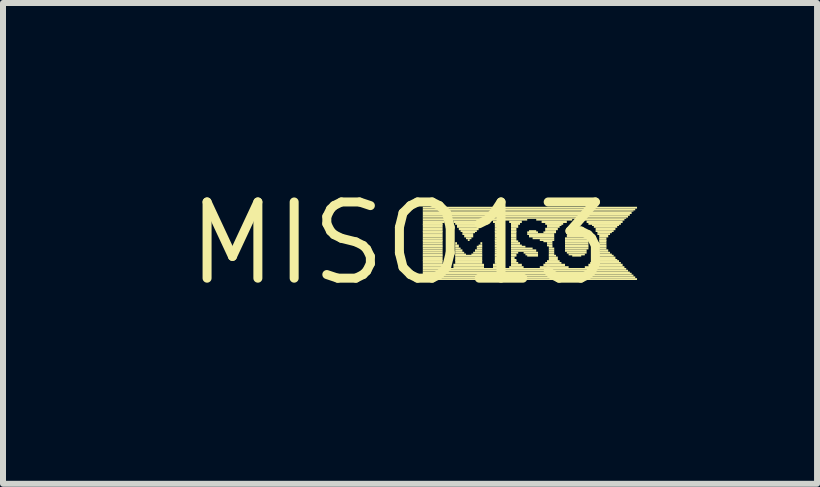
<source format=kicad_pcb>
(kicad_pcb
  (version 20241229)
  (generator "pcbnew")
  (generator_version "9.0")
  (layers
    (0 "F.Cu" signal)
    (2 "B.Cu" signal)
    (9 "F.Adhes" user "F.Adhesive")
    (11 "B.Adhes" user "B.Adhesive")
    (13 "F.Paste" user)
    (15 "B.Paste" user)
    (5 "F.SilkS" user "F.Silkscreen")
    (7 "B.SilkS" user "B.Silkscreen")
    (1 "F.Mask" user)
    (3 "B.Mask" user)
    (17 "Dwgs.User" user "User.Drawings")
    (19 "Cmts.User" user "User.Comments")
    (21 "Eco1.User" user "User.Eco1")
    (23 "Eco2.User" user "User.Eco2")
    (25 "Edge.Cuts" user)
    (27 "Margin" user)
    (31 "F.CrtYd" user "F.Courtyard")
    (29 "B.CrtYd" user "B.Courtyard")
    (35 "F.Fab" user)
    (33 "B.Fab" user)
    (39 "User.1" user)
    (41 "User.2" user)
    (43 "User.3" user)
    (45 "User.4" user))
  (footprint "MISO13"
    (layer "F.Cu")
    (at 3.606 1.006)
    (property "Reference" "MISO13" (at 0 0 0) (layer "F.SilkS") (effects (font (size 1.27 1.27) (thickness 0.15))))
    (fp_poly (pts (xy 0.39 -0.58) (xy 3.96 -0.58) (xy 3.96 -0.61) (xy 0.39 -0.61)) (stroke (width 0) (type default)) (fill yes) (layer "F.SilkS"))
    (fp_poly (pts (xy 0.39 -0.55) (xy 3.93 -0.55) (xy 3.93 -0.58) (xy 0.39 -0.58)) (stroke (width 0) (type default)) (fill yes) (layer "F.SilkS"))
    (fp_poly (pts (xy 0.39 -0.53) (xy 3.9 -0.53) (xy 3.9 -0.55) (xy 0.39 -0.55)) (stroke (width 0) (type default)) (fill yes) (layer "F.SilkS"))
    (fp_poly (pts (xy 0.39 -0.49) (xy 3.87 -0.49) (xy 3.87 -0.53) (xy 0.39 -0.53)) (stroke (width 0) (type default)) (fill yes) (layer "F.SilkS"))
    (fp_poly (pts (xy 0.39 -0.46) (xy 3.84 -0.46) (xy 3.84 -0.49) (xy 0.39 -0.49)) (stroke (width 0) (type default)) (fill yes) (layer "F.SilkS"))
    (fp_poly (pts (xy 0.39 -0.43) (xy 3.81 -0.43) (xy 3.81 -0.46) (xy 0.39 -0.46)) (stroke (width 0) (type default)) (fill yes) (layer "F.SilkS"))
    (fp_poly (pts (xy 0.39 -0.41) (xy 3.78 -0.41) (xy 3.78 -0.43) (xy 0.39 -0.43)) (stroke (width 0) (type default)) (fill yes) (layer "F.SilkS"))
    (fp_poly (pts (xy 0.39 -0.38) (xy 2.13 -0.38) (xy 2.13 -0.41) (xy 0.39 -0.41)) (stroke (width 0) (type default)) (fill yes) (layer "F.SilkS"))
    (fp_poly (pts (xy 0.39 -0.34) (xy 0.75 -0.34) (xy 0.75 -0.38) (xy 0.39 -0.38)) (stroke (width 0) (type default)) (fill yes) (layer "F.SilkS"))
    (fp_poly (pts (xy 0.39 -0.31) (xy 0.72 -0.31) (xy 0.72 -0.34) (xy 0.39 -0.34)) (stroke (width 0) (type default)) (fill yes) (layer "F.SilkS"))
    (fp_poly (pts (xy 0.39 -0.29) (xy 0.72 -0.29) (xy 0.72 -0.32) (xy 0.39 -0.32)) (stroke (width 0) (type default)) (fill yes) (layer "F.SilkS"))
    (fp_poly (pts (xy 0.39 -0.26) (xy 0.72 -0.26) (xy 0.72 -0.29) (xy 0.39 -0.29)) (stroke (width 0) (type default)) (fill yes) (layer "F.SilkS"))
    (fp_poly (pts (xy 0.39 -0.22) (xy 0.72 -0.22) (xy 0.72 -0.26) (xy 0.39 -0.26)) (stroke (width 0) (type default)) (fill yes) (layer "F.SilkS"))
    (fp_poly (pts (xy 0.39 -0.19) (xy 0.72 -0.19) (xy 0.72 -0.22) (xy 0.39 -0.22)) (stroke (width 0) (type default)) (fill yes) (layer "F.SilkS"))
    (fp_poly (pts (xy 0.39 -0.17) (xy 0.72 -0.17) (xy 0.72 -0.2) (xy 0.39 -0.2)) (stroke (width 0) (type default)) (fill yes) (layer "F.SilkS"))
    (fp_poly (pts (xy 0.39 -0.14) (xy 0.72 -0.14) (xy 0.72 -0.17) (xy 0.39 -0.17)) (stroke (width 0) (type default)) (fill yes) (layer "F.SilkS"))
    (fp_poly (pts (xy 0.39 -0.1) (xy 0.72 -0.1) (xy 0.72 -0.14) (xy 0.39 -0.14)) (stroke (width 0) (type default)) (fill yes) (layer "F.SilkS"))
    (fp_poly (pts (xy 0.39 -0.07) (xy 0.72 -0.07) (xy 0.72 -0.1) (xy 0.39 -0.1)) (stroke (width 0) (type default)) (fill yes) (layer "F.SilkS"))
    (fp_poly (pts (xy 0.39 -0.04) (xy 0.72 -0.04) (xy 0.72 -0.07) (xy 0.39 -0.07)) (stroke (width 0) (type default)) (fill yes) (layer "F.SilkS"))
    (fp_poly (pts (xy 0.39 -0.02) (xy 0.72 -0.02) (xy 0.72 -0.05) (xy 0.39 -0.05)) (stroke (width 0) (type default)) (fill yes) (layer "F.SilkS"))
    (fp_poly (pts (xy 0.39 0.02) (xy 0.72 0.02) (xy 0.72 -0.02) (xy 0.39 -0.02)) (stroke (width 0) (type default)) (fill yes) (layer "F.SilkS"))
    (fp_poly (pts (xy 0.39 0.05) (xy 0.72 0.05) (xy 0.72 0.02) (xy 0.39 0.02)) (stroke (width 0) (type default)) (fill yes) (layer "F.SilkS"))
    (fp_poly (pts (xy 0.39 0.07) (xy 0.72 0.07) (xy 0.72 0.04) (xy 0.39 0.04)) (stroke (width 0) (type default)) (fill yes) (layer "F.SilkS"))
    (fp_poly (pts (xy 0.39 0.1) (xy 0.72 0.1) (xy 0.72 0.07) (xy 0.39 0.07)) (stroke (width 0) (type default)) (fill yes) (layer "F.SilkS"))
    (fp_poly (pts (xy 0.39 0.14) (xy 0.72 0.14) (xy 0.72 0.1) (xy 0.39 0.1)) (stroke (width 0) (type default)) (fill yes) (layer "F.SilkS"))
    (fp_poly (pts (xy 0.39 0.17) (xy 0.72 0.17) (xy 0.72 0.14) (xy 0.39 0.14)) (stroke (width 0) (type default)) (fill yes) (layer "F.SilkS"))
    (fp_poly (pts (xy 0.39 0.2) (xy 0.72 0.2) (xy 0.72 0.17) (xy 0.39 0.17)) (stroke (width 0) (type default)) (fill yes) (layer "F.SilkS"))
    (fp_poly (pts (xy 0.39 0.22) (xy 0.72 0.22) (xy 0.72 0.19) (xy 0.39 0.19)) (stroke (width 0) (type default)) (fill yes) (layer "F.SilkS"))
    (fp_poly (pts (xy 0.39 0.26) (xy 0.72 0.26) (xy 0.72 0.22) (xy 0.39 0.22)) (stroke (width 0) (type default)) (fill yes) (layer "F.SilkS"))
    (fp_poly (pts (xy 0.39 0.29) (xy 0.72 0.29) (xy 0.72 0.26) (xy 0.39 0.26)) (stroke (width 0) (type default)) (fill yes) (layer "F.SilkS"))
    (fp_poly (pts (xy 0.39 0.31) (xy 0.72 0.31) (xy 0.72 0.28) (xy 0.39 0.28)) (stroke (width 0) (type default)) (fill yes) (layer "F.SilkS"))
    (fp_poly (pts (xy 0.39 0.34) (xy 0.72 0.34) (xy 0.72 0.31) (xy 0.39 0.31)) (stroke (width 0) (type default)) (fill yes) (layer "F.SilkS"))
    (fp_poly (pts (xy 0.39 0.38) (xy 0.75 0.38) (xy 0.75 0.34) (xy 0.39 0.34)) (stroke (width 0) (type default)) (fill yes) (layer "F.SilkS"))
    (fp_poly (pts (xy 0.39 0.41) (xy 0.75 0.41) (xy 0.75 0.38) (xy 0.39 0.38)) (stroke (width 0) (type default)) (fill yes) (layer "F.SilkS"))
    (fp_poly (pts (xy 0.39 0.44) (xy 3.78 0.44) (xy 3.78 0.41) (xy 0.39 0.41)) (stroke (width 0) (type default)) (fill yes) (layer "F.SilkS"))
    (fp_poly (pts (xy 0.39 0.47) (xy 3.81 0.47) (xy 3.81 0.44) (xy 0.39 0.44)) (stroke (width 0) (type default)) (fill yes) (layer "F.SilkS"))
    (fp_poly (pts (xy 0.39 0.5) (xy 3.84 0.5) (xy 3.84 0.47) (xy 0.39 0.47)) (stroke (width 0) (type default)) (fill yes) (layer "F.SilkS"))
    (fp_poly (pts (xy 0.39 0.52) (xy 3.87 0.52) (xy 3.87 0.49) (xy 0.39 0.49)) (stroke (width 0) (type default)) (fill yes) (layer "F.SilkS"))
    (fp_poly (pts (xy 0.39 0.55) (xy 3.9 0.55) (xy 3.9 0.52) (xy 0.39 0.52)) (stroke (width 0) (type default)) (fill yes) (layer "F.SilkS"))
    (fp_poly (pts (xy 0.39 0.58) (xy 3.93 0.58) (xy 3.93 0.55) (xy 0.39 0.55)) (stroke (width 0) (type default)) (fill yes) (layer "F.SilkS"))
    (fp_poly (pts (xy 0.39 0.61) (xy 3.96 0.61) (xy 3.96 0.58) (xy 0.39 0.58)) (stroke (width 0) (type default)) (fill yes) (layer "F.SilkS"))
    (fp_poly (pts (xy 0.9 -0.34) (xy 1.41 -0.34) (xy 1.41 -0.38) (xy 0.9 -0.38)) (stroke (width 0) (type default)) (fill yes) (layer "F.SilkS"))
    (fp_poly (pts (xy 0.9 0.38) (xy 1.41 0.38) (xy 1.41 0.34) (xy 0.9 0.34)) (stroke (width 0) (type default)) (fill yes) (layer "F.SilkS"))
    (fp_poly (pts (xy 0.9 0.41) (xy 1.41 0.41) (xy 1.41 0.38) (xy 0.9 0.38)) (stroke (width 0) (type default)) (fill yes) (layer "F.SilkS"))
    (fp_poly (pts (xy 0.93 -0.31) (xy 1.38 -0.31) (xy 1.38 -0.34) (xy 0.93 -0.34)) (stroke (width 0) (type default)) (fill yes) (layer "F.SilkS"))
    (fp_poly (pts (xy 0.93 0.02) (xy 0.96 0.02) (xy 0.96 -0.02) (xy 0.93 -0.02)) (stroke (width 0) (type default)) (fill yes) (layer "F.SilkS"))
    (fp_poly (pts (xy 0.93 0.05) (xy 0.99 0.05) (xy 0.99 0.02) (xy 0.93 0.02)) (stroke (width 0) (type default)) (fill yes) (layer "F.SilkS"))
    (fp_poly (pts (xy 0.93 0.07) (xy 0.99 0.07) (xy 0.99 0.04) (xy 0.93 0.04)) (stroke (width 0) (type default)) (fill yes) (layer "F.SilkS"))
    (fp_poly (pts (xy 0.93 0.1) (xy 1.02 0.1) (xy 1.02 0.07) (xy 0.93 0.07)) (stroke (width 0) (type default)) (fill yes) (layer "F.SilkS"))
    (fp_poly (pts (xy 0.93 0.14) (xy 1.05 0.14) (xy 1.05 0.1) (xy 0.93 0.1)) (stroke (width 0) (type default)) (fill yes) (layer "F.SilkS"))
    (fp_poly (pts (xy 0.93 0.17) (xy 1.08 0.17) (xy 1.08 0.14) (xy 0.93 0.14)) (stroke (width 0) (type default)) (fill yes) (layer "F.SilkS"))
    (fp_poly (pts (xy 0.93 0.2) (xy 1.11 0.2) (xy 1.11 0.17) (xy 0.93 0.17)) (stroke (width 0) (type default)) (fill yes) (layer "F.SilkS"))
    (fp_poly (pts (xy 0.93 0.22) (xy 1.38 0.22) (xy 1.38 0.19) (xy 0.93 0.19)) (stroke (width 0) (type default)) (fill yes) (layer "F.SilkS"))
    (fp_poly (pts (xy 0.93 0.26) (xy 1.38 0.26) (xy 1.38 0.22) (xy 0.93 0.22)) (stroke (width 0) (type default)) (fill yes) (layer "F.SilkS"))
    (fp_poly (pts (xy 0.93 0.29) (xy 1.38 0.29) (xy 1.38 0.26) (xy 0.93 0.26)) (stroke (width 0) (type default)) (fill yes) (layer "F.SilkS"))
    (fp_poly (pts (xy 0.93 0.31) (xy 1.38 0.31) (xy 1.38 0.28) (xy 0.93 0.28)) (stroke (width 0) (type default)) (fill yes) (layer "F.SilkS"))
    (fp_poly (pts (xy 0.93 0.34) (xy 1.38 0.34) (xy 1.38 0.31) (xy 0.93 0.31)) (stroke (width 0) (type default)) (fill yes) (layer "F.SilkS"))
    (fp_poly (pts (xy 0.96 -0.29) (xy 1.35 -0.29) (xy 1.35 -0.32) (xy 0.96 -0.32)) (stroke (width 0) (type default)) (fill yes) (layer "F.SilkS"))
    (fp_poly (pts (xy 0.96 -0.26) (xy 1.32 -0.26) (xy 1.32 -0.29) (xy 0.96 -0.29)) (stroke (width 0) (type default)) (fill yes) (layer "F.SilkS"))
    (fp_poly (pts (xy 0.99 -0.22) (xy 1.32 -0.22) (xy 1.32 -0.26) (xy 0.99 -0.26)) (stroke (width 0) (type default)) (fill yes) (layer "F.SilkS"))
    (fp_poly (pts (xy 1.02 -0.19) (xy 1.29 -0.19) (xy 1.29 -0.22) (xy 1.02 -0.22)) (stroke (width 0) (type default)) (fill yes) (layer "F.SilkS"))
    (fp_poly (pts (xy 1.05 -0.17) (xy 1.26 -0.17) (xy 1.26 -0.2) (xy 1.05 -0.2)) (stroke (width 0) (type default)) (fill yes) (layer "F.SilkS"))
    (fp_poly (pts (xy 1.05 -0.14) (xy 1.23 -0.14) (xy 1.23 -0.17) (xy 1.05 -0.17)) (stroke (width 0) (type default)) (fill yes) (layer "F.SilkS"))
    (fp_poly (pts (xy 1.08 -0.1) (xy 1.23 -0.1) (xy 1.23 -0.14) (xy 1.08 -0.14)) (stroke (width 0) (type default)) (fill yes) (layer "F.SilkS"))
    (fp_poly (pts (xy 1.11 -0.07) (xy 1.2 -0.07) (xy 1.2 -0.1) (xy 1.11 -0.1)) (stroke (width 0) (type default)) (fill yes) (layer "F.SilkS"))
    (fp_poly (pts (xy 1.14 -0.04) (xy 1.17 -0.04) (xy 1.17 -0.07) (xy 1.14 -0.07)) (stroke (width 0) (type default)) (fill yes) (layer "F.SilkS"))
    (fp_poly (pts (xy 1.2 0.2) (xy 1.38 0.2) (xy 1.38 0.17) (xy 1.2 0.17)) (stroke (width 0) (type default)) (fill yes) (layer "F.SilkS"))
    (fp_poly (pts (xy 1.23 0.17) (xy 1.38 0.17) (xy 1.38 0.14) (xy 1.23 0.14)) (stroke (width 0) (type default)) (fill yes) (layer "F.SilkS"))
    (fp_poly (pts (xy 1.26 0.14) (xy 1.38 0.14) (xy 1.38 0.1) (xy 1.26 0.1)) (stroke (width 0) (type default)) (fill yes) (layer "F.SilkS"))
    (fp_poly (pts (xy 1.29 0.07) (xy 1.38 0.07) (xy 1.38 0.04) (xy 1.29 0.04)) (stroke (width 0) (type default)) (fill yes) (layer "F.SilkS"))
    (fp_poly (pts (xy 1.29 0.1) (xy 1.38 0.1) (xy 1.38 0.07) (xy 1.29 0.07)) (stroke (width 0) (type default)) (fill yes) (layer "F.SilkS"))
    (fp_poly (pts (xy 1.32 0.05) (xy 1.38 0.05) (xy 1.38 0.02) (xy 1.32 0.02)) (stroke (width 0) (type default)) (fill yes) (layer "F.SilkS"))
    (fp_poly (pts (xy 1.35 0.02) (xy 1.38 0.02) (xy 1.38 -0.02) (xy 1.35 -0.02)) (stroke (width 0) (type default)) (fill yes) (layer "F.SilkS"))
    (fp_poly (pts (xy 1.56 -0.34) (xy 1.68 -0.34) (xy 1.68 -0.38) (xy 1.56 -0.38)) (stroke (width 0) (type default)) (fill yes) (layer "F.SilkS"))
    (fp_poly (pts (xy 1.56 0.38) (xy 1.68 0.38) (xy 1.68 0.34) (xy 1.56 0.34)) (stroke (width 0) (type default)) (fill yes) (layer "F.SilkS"))
    (fp_poly (pts (xy 1.56 0.41) (xy 1.68 0.41) (xy 1.68 0.38) (xy 1.56 0.38)) (stroke (width 0) (type default)) (fill yes) (layer "F.SilkS"))
    (fp_poly (pts (xy 1.59 -0.31) (xy 1.68 -0.31) (xy 1.68 -0.34) (xy 1.59 -0.34)) (stroke (width 0) (type default)) (fill yes) (layer "F.SilkS"))
    (fp_poly (pts (xy 1.59 -0.29) (xy 1.68 -0.29) (xy 1.68 -0.32) (xy 1.59 -0.32)) (stroke (width 0) (type default)) (fill yes) (layer "F.SilkS"))
    (fp_poly (pts (xy 1.59 -0.26) (xy 1.68 -0.26) (xy 1.68 -0.29) (xy 1.59 -0.29)) (stroke (width 0) (type default)) (fill yes) (layer "F.SilkS"))
    (fp_poly (pts (xy 1.59 -0.22) (xy 1.68 -0.22) (xy 1.68 -0.26) (xy 1.59 -0.26)) (stroke (width 0) (type default)) (fill yes) (layer "F.SilkS"))
    (fp_poly (pts (xy 1.59 -0.19) (xy 1.68 -0.19) (xy 1.68 -0.22) (xy 1.59 -0.22)) (stroke (width 0) (type default)) (fill yes) (layer "F.SilkS"))
    (fp_poly (pts (xy 1.59 -0.17) (xy 1.68 -0.17) (xy 1.68 -0.2) (xy 1.59 -0.2)) (stroke (width 0) (type default)) (fill yes) (layer "F.SilkS"))
    (fp_poly (pts (xy 1.59 -0.14) (xy 1.68 -0.14) (xy 1.68 -0.17) (xy 1.59 -0.17)) (stroke (width 0) (type default)) (fill yes) (layer "F.SilkS"))
    (fp_poly (pts (xy 1.59 -0.1) (xy 1.68 -0.1) (xy 1.68 -0.14) (xy 1.59 -0.14)) (stroke (width 0) (type default)) (fill yes) (layer "F.SilkS"))
    (fp_poly (pts (xy 1.59 -0.07) (xy 1.68 -0.07) (xy 1.68 -0.1) (xy 1.59 -0.1)) (stroke (width 0) (type default)) (fill yes) (layer "F.SilkS"))
    (fp_poly (pts (xy 1.59 -0.04) (xy 1.68 -0.04) (xy 1.68 -0.07) (xy 1.59 -0.07)) (stroke (width 0) (type default)) (fill yes) (layer "F.SilkS"))
    (fp_poly (pts (xy 1.59 -0.02) (xy 1.68 -0.02) (xy 1.68 -0.05) (xy 1.59 -0.05)) (stroke (width 0) (type default)) (fill yes) (layer "F.SilkS"))
    (fp_poly (pts (xy 1.59 0.02) (xy 1.68 0.02) (xy 1.68 -0.02) (xy 1.59 -0.02)) (stroke (width 0) (type default)) (fill yes) (layer "F.SilkS"))
    (fp_poly (pts (xy 1.59 0.05) (xy 1.68 0.05) (xy 1.68 0.02) (xy 1.59 0.02)) (stroke (width 0) (type default)) (fill yes) (layer "F.SilkS"))
    (fp_poly (pts (xy 1.59 0.07) (xy 1.68 0.07) (xy 1.68 0.04) (xy 1.59 0.04)) (stroke (width 0) (type default)) (fill yes) (layer "F.SilkS"))
    (fp_poly (pts (xy 1.59 0.1) (xy 1.68 0.1) (xy 1.68 0.07) (xy 1.59 0.07)) (stroke (width 0) (type default)) (fill yes) (layer "F.SilkS"))
    (fp_poly (pts (xy 1.59 0.14) (xy 1.68 0.14) (xy 1.68 0.1) (xy 1.59 0.1)) (stroke (width 0) (type default)) (fill yes) (layer "F.SilkS"))
    (fp_poly (pts (xy 1.59 0.17) (xy 1.68 0.17) (xy 1.68 0.14) (xy 1.59 0.14)) (stroke (width 0) (type default)) (fill yes) (layer "F.SilkS"))
    (fp_poly (pts (xy 1.59 0.2) (xy 1.68 0.2) (xy 1.68 0.17) (xy 1.59 0.17)) (stroke (width 0) (type default)) (fill yes) (layer "F.SilkS"))
    (fp_poly (pts (xy 1.59 0.22) (xy 1.68 0.22) (xy 1.68 0.19) (xy 1.59 0.19)) (stroke (width 0) (type default)) (fill yes) (layer "F.SilkS"))
    (fp_poly (pts (xy 1.59 0.26) (xy 1.68 0.26) (xy 1.68 0.22) (xy 1.59 0.22)) (stroke (width 0) (type default)) (fill yes) (layer "F.SilkS"))
    (fp_poly (pts (xy 1.59 0.29) (xy 1.68 0.29) (xy 1.68 0.26) (xy 1.59 0.26)) (stroke (width 0) (type default)) (fill yes) (layer "F.SilkS"))
    (fp_poly (pts (xy 1.59 0.31) (xy 1.68 0.31) (xy 1.68 0.28) (xy 1.59 0.28)) (stroke (width 0) (type default)) (fill yes) (layer "F.SilkS"))
    (fp_poly (pts (xy 1.59 0.34) (xy 1.68 0.34) (xy 1.68 0.31) (xy 1.59 0.31)) (stroke (width 0) (type default)) (fill yes) (layer "F.SilkS"))
    (fp_poly (pts (xy 1.83 -0.34) (xy 2.04 -0.34) (xy 2.04 -0.38) (xy 1.83 -0.38)) (stroke (width 0) (type default)) (fill yes) (layer "F.SilkS"))
    (fp_poly (pts (xy 1.83 0.41) (xy 2.07 0.41) (xy 2.07 0.38) (xy 1.83 0.38)) (stroke (width 0) (type default)) (fill yes) (layer "F.SilkS"))
    (fp_poly (pts (xy 1.86 -0.31) (xy 2.01 -0.31) (xy 2.01 -0.34) (xy 1.86 -0.34)) (stroke (width 0) (type default)) (fill yes) (layer "F.SilkS"))
    (fp_poly (pts (xy 1.86 -0.29) (xy 1.98 -0.29) (xy 1.98 -0.32) (xy 1.86 -0.32)) (stroke (width 0) (type default)) (fill yes) (layer "F.SilkS"))
    (fp_poly (pts (xy 1.86 -0.26) (xy 1.98 -0.26) (xy 1.98 -0.29) (xy 1.86 -0.29)) (stroke (width 0) (type default)) (fill yes) (layer "F.SilkS"))
    (fp_poly (pts (xy 1.86 -0.22) (xy 1.95 -0.22) (xy 1.95 -0.26) (xy 1.86 -0.26)) (stroke (width 0) (type default)) (fill yes) (layer "F.SilkS"))
    (fp_poly (pts (xy 1.86 -0.19) (xy 1.95 -0.19) (xy 1.95 -0.22) (xy 1.86 -0.22)) (stroke (width 0) (type default)) (fill yes) (layer "F.SilkS"))
    (fp_poly (pts (xy 1.86 -0.17) (xy 1.95 -0.17) (xy 1.95 -0.2) (xy 1.86 -0.2)) (stroke (width 0) (type default)) (fill yes) (layer "F.SilkS"))
    (fp_poly (pts (xy 1.86 -0.14) (xy 1.95 -0.14) (xy 1.95 -0.17) (xy 1.86 -0.17)) (stroke (width 0) (type default)) (fill yes) (layer "F.SilkS"))
    (fp_poly (pts (xy 1.86 -0.1) (xy 1.95 -0.1) (xy 1.95 -0.14) (xy 1.86 -0.14)) (stroke (width 0) (type default)) (fill yes) (layer "F.SilkS"))
    (fp_poly (pts (xy 1.86 -0.07) (xy 1.95 -0.07) (xy 1.95 -0.1) (xy 1.86 -0.1)) (stroke (width 0) (type default)) (fill yes) (layer "F.SilkS"))
    (fp_poly (pts (xy 1.86 -0.04) (xy 1.95 -0.04) (xy 1.95 -0.07) (xy 1.86 -0.07)) (stroke (width 0) (type default)) (fill yes) (layer "F.SilkS"))
    (fp_poly (pts (xy 1.86 -0.02) (xy 1.98 -0.02) (xy 1.98 -0.05) (xy 1.86 -0.05)) (stroke (width 0) (type default)) (fill yes) (layer "F.SilkS"))
    (fp_poly (pts (xy 1.86 0.02) (xy 2.01 0.02) (xy 2.01 -0.02) (xy 1.86 -0.02)) (stroke (width 0) (type default)) (fill yes) (layer "F.SilkS"))
    (fp_poly (pts (xy 1.86 0.05) (xy 2.04 0.05) (xy 2.04 0.02) (xy 1.86 0.02)) (stroke (width 0) (type default)) (fill yes) (layer "F.SilkS"))
    (fp_poly (pts (xy 1.86 0.07) (xy 2.1 0.07) (xy 2.1 0.04) (xy 1.86 0.04)) (stroke (width 0) (type default)) (fill yes) (layer "F.SilkS"))
    (fp_poly (pts (xy 1.86 0.1) (xy 2.22 0.1) (xy 2.22 0.07) (xy 1.86 0.07)) (stroke (width 0) (type default)) (fill yes) (layer "F.SilkS"))
    (fp_poly (pts (xy 1.86 0.14) (xy 2.28 0.14) (xy 2.28 0.1) (xy 1.86 0.1)) (stroke (width 0) (type default)) (fill yes) (layer "F.SilkS"))
    (fp_poly (pts (xy 1.86 0.17) (xy 1.98 0.17) (xy 1.98 0.14) (xy 1.86 0.14)) (stroke (width 0) (type default)) (fill yes) (layer "F.SilkS"))
    (fp_poly (pts (xy 1.86 0.2) (xy 1.95 0.2) (xy 1.95 0.17) (xy 1.86 0.17)) (stroke (width 0) (type default)) (fill yes) (layer "F.SilkS"))
    (fp_poly (pts (xy 1.86 0.22) (xy 1.95 0.22) (xy 1.95 0.19) (xy 1.86 0.19)) (stroke (width 0) (type default)) (fill yes) (layer "F.SilkS"))
    (fp_poly (pts (xy 1.86 0.26) (xy 1.92 0.26) (xy 1.92 0.22) (xy 1.86 0.22)) (stroke (width 0) (type default)) (fill yes) (layer "F.SilkS"))
    (fp_poly (pts (xy 1.86 0.29) (xy 1.95 0.29) (xy 1.95 0.26) (xy 1.86 0.26)) (stroke (width 0) (type default)) (fill yes) (layer "F.SilkS"))
    (fp_poly (pts (xy 1.86 0.31) (xy 1.95 0.31) (xy 1.95 0.28) (xy 1.86 0.28)) (stroke (width 0) (type default)) (fill yes) (layer "F.SilkS"))
    (fp_poly (pts (xy 1.86 0.34) (xy 1.98 0.34) (xy 1.98 0.31) (xy 1.86 0.31)) (stroke (width 0) (type default)) (fill yes) (layer "F.SilkS"))
    (fp_poly (pts (xy 1.86 0.38) (xy 2.04 0.38) (xy 2.04 0.34) (xy 1.86 0.34)) (stroke (width 0) (type default)) (fill yes) (layer "F.SilkS"))
    (fp_poly (pts (xy 2.07 0.17) (xy 2.31 0.17) (xy 2.31 0.14) (xy 2.07 0.14)) (stroke (width 0) (type default)) (fill yes) (layer "F.SilkS"))
    (fp_poly (pts (xy 2.1 0.2) (xy 2.31 0.2) (xy 2.31 0.17) (xy 2.1 0.17)) (stroke (width 0) (type default)) (fill yes) (layer "F.SilkS"))
    (fp_poly (pts (xy 2.13 -0.17) (xy 2.31 -0.17) (xy 2.31 -0.2) (xy 2.13 -0.2)) (stroke (width 0) (type default)) (fill yes) (layer "F.SilkS"))
    (fp_poly (pts (xy 2.13 -0.14) (xy 2.58 -0.14) (xy 2.58 -0.17) (xy 2.13 -0.17)) (stroke (width 0) (type default)) (fill yes) (layer "F.SilkS"))
    (fp_poly (pts (xy 2.13 0.22) (xy 2.31 0.22) (xy 2.31 0.19) (xy 2.13 0.19)) (stroke (width 0) (type default)) (fill yes) (layer "F.SilkS"))
    (fp_poly (pts (xy 2.16 -0.19) (xy 2.28 -0.19) (xy 2.28 -0.22) (xy 2.16 -0.22)) (stroke (width 0) (type default)) (fill yes) (layer "F.SilkS"))
    (fp_poly (pts (xy 2.16 -0.1) (xy 2.58 -0.1) (xy 2.58 -0.14) (xy 2.16 -0.14)) (stroke (width 0) (type default)) (fill yes) (layer "F.SilkS"))
    (fp_poly (pts (xy 2.22 -0.07) (xy 2.58 -0.07) (xy 2.58 -0.1) (xy 2.22 -0.1)) (stroke (width 0) (type default)) (fill yes) (layer "F.SilkS"))
    (fp_poly (pts (xy 2.28 -0.38) (xy 2.88 -0.38) (xy 2.88 -0.41) (xy 2.28 -0.41)) (stroke (width 0) (type default)) (fill yes) (layer "F.SilkS"))
    (fp_poly (pts (xy 2.34 -0.04) (xy 2.58 -0.04) (xy 2.58 -0.07) (xy 2.34 -0.07)) (stroke (width 0) (type default)) (fill yes) (layer "F.SilkS"))
    (fp_poly (pts (xy 2.34 0.41) (xy 2.82 0.41) (xy 2.82 0.38) (xy 2.34 0.38)) (stroke (width 0) (type default)) (fill yes) (layer "F.SilkS"))
    (fp_poly (pts (xy 2.37 -0.34) (xy 2.79 -0.34) (xy 2.79 -0.38) (xy 2.37 -0.38)) (stroke (width 0) (type default)) (fill yes) (layer "F.SilkS"))
    (fp_poly (pts (xy 2.4 -0.17) (xy 2.61 -0.17) (xy 2.61 -0.2) (xy 2.4 -0.2)) (stroke (width 0) (type default)) (fill yes) (layer "F.SilkS"))
    (fp_poly (pts (xy 2.4 -0.02) (xy 2.55 -0.02) (xy 2.55 -0.05) (xy 2.4 -0.05)) (stroke (width 0) (type default)) (fill yes) (layer "F.SilkS"))
    (fp_poly (pts (xy 2.4 0.38) (xy 2.76 0.38) (xy 2.76 0.34) (xy 2.4 0.34)) (stroke (width 0) (type default)) (fill yes) (layer "F.SilkS"))
    (fp_poly (pts (xy 2.43 -0.31) (xy 2.73 -0.31) (xy 2.73 -0.34) (xy 2.43 -0.34)) (stroke (width 0) (type default)) (fill yes) (layer "F.SilkS"))
    (fp_poly (pts (xy 2.43 -0.22) (xy 2.64 -0.22) (xy 2.64 -0.26) (xy 2.43 -0.26)) (stroke (width 0) (type default)) (fill yes) (layer "F.SilkS"))
    (fp_poly (pts (xy 2.43 -0.19) (xy 2.61 -0.19) (xy 2.61 -0.22) (xy 2.43 -0.22)) (stroke (width 0) (type default)) (fill yes) (layer "F.SilkS"))
    (fp_poly (pts (xy 2.43 0.34) (xy 2.7 0.34) (xy 2.7 0.31) (xy 2.43 0.31)) (stroke (width 0) (type default)) (fill yes) (layer "F.SilkS"))
    (fp_poly (pts (xy 2.46 -0.29) (xy 2.7 -0.29) (xy 2.7 -0.32) (xy 2.46 -0.32)) (stroke (width 0) (type default)) (fill yes) (layer "F.SilkS"))
    (fp_poly (pts (xy 2.46 -0.26) (xy 2.67 -0.26) (xy 2.67 -0.29) (xy 2.46 -0.29)) (stroke (width 0) (type default)) (fill yes) (layer "F.SilkS"))
    (fp_poly (pts (xy 2.46 0.02) (xy 2.55 0.02) (xy 2.55 -0.02) (xy 2.46 -0.02)) (stroke (width 0) (type default)) (fill yes) (layer "F.SilkS"))
    (fp_poly (pts (xy 2.46 0.05) (xy 2.55 0.05) (xy 2.55 0.02) (xy 2.46 0.02)) (stroke (width 0) (type default)) (fill yes) (layer "F.SilkS"))
    (fp_poly (pts (xy 2.46 0.31) (xy 2.67 0.31) (xy 2.67 0.28) (xy 2.46 0.28)) (stroke (width 0) (type default)) (fill yes) (layer "F.SilkS"))
    (fp_poly (pts (xy 2.49 0.07) (xy 2.55 0.07) (xy 2.55 0.04) (xy 2.49 0.04)) (stroke (width 0) (type default)) (fill yes) (layer "F.SilkS"))
    (fp_poly (pts (xy 2.49 0.1) (xy 2.58 0.1) (xy 2.58 0.07) (xy 2.49 0.07)) (stroke (width 0) (type default)) (fill yes) (layer "F.SilkS"))
    (fp_poly (pts (xy 2.49 0.14) (xy 2.58 0.14) (xy 2.58 0.1) (xy 2.49 0.1)) (stroke (width 0) (type default)) (fill yes) (layer "F.SilkS"))
    (fp_poly (pts (xy 2.49 0.17) (xy 2.58 0.17) (xy 2.58 0.14) (xy 2.49 0.14)) (stroke (width 0) (type default)) (fill yes) (layer "F.SilkS"))
    (fp_poly (pts (xy 2.49 0.2) (xy 2.58 0.2) (xy 2.58 0.17) (xy 2.49 0.17)) (stroke (width 0) (type default)) (fill yes) (layer "F.SilkS"))
    (fp_poly (pts (xy 2.49 0.22) (xy 2.61 0.22) (xy 2.61 0.19) (xy 2.49 0.19)) (stroke (width 0) (type default)) (fill yes) (layer "F.SilkS"))
    (fp_poly (pts (xy 2.49 0.26) (xy 2.64 0.26) (xy 2.64 0.22) (xy 2.49 0.22)) (stroke (width 0) (type default)) (fill yes) (layer "F.SilkS"))
    (fp_poly (pts (xy 2.49 0.29) (xy 2.64 0.29) (xy 2.64 0.26) (xy 2.49 0.26)) (stroke (width 0) (type default)) (fill yes) (layer "F.SilkS"))
    (fp_poly (pts (xy 2.76 -0.07) (xy 3.12 -0.07) (xy 3.12 -0.1) (xy 2.76 -0.1)) (stroke (width 0) (type default)) (fill yes) (layer "F.SilkS"))
    (fp_poly (pts (xy 2.76 -0.04) (xy 3.15 -0.04) (xy 3.15 -0.07) (xy 2.76 -0.07)) (stroke (width 0) (type default)) (fill yes) (layer "F.SilkS"))
    (fp_poly (pts (xy 2.76 -0.02) (xy 3.15 -0.02) (xy 3.15 -0.05) (xy 2.76 -0.05)) (stroke (width 0) (type default)) (fill yes) (layer "F.SilkS"))
    (fp_poly (pts (xy 2.76 0.02) (xy 3.15 0.02) (xy 3.15 -0.02) (xy 2.76 -0.02)) (stroke (width 0) (type default)) (fill yes) (layer "F.SilkS"))
    (fp_poly (pts (xy 2.76 0.05) (xy 3.15 0.05) (xy 3.15 0.02) (xy 2.76 0.02)) (stroke (width 0) (type default)) (fill yes) (layer "F.SilkS"))
    (fp_poly (pts (xy 2.76 0.07) (xy 3.15 0.07) (xy 3.15 0.04) (xy 2.76 0.04)) (stroke (width 0) (type default)) (fill yes) (layer "F.SilkS"))
    (fp_poly (pts (xy 2.76 0.1) (xy 3.15 0.1) (xy 3.15 0.07) (xy 2.76 0.07)) (stroke (width 0) (type default)) (fill yes) (layer "F.SilkS"))
    (fp_poly (pts (xy 2.76 0.14) (xy 3.12 0.14) (xy 3.12 0.1) (xy 2.76 0.1)) (stroke (width 0) (type default)) (fill yes) (layer "F.SilkS"))
    (fp_poly (pts (xy 2.79 -0.1) (xy 3.12 -0.1) (xy 3.12 -0.14) (xy 2.79 -0.14)) (stroke (width 0) (type default)) (fill yes) (layer "F.SilkS"))
    (fp_poly (pts (xy 2.79 0.17) (xy 3.12 0.17) (xy 3.12 0.14) (xy 2.79 0.14)) (stroke (width 0) (type default)) (fill yes) (layer "F.SilkS"))
    (fp_poly (pts (xy 2.82 -0.14) (xy 3.09 -0.14) (xy 3.09 -0.17) (xy 2.82 -0.17)) (stroke (width 0) (type default)) (fill yes) (layer "F.SilkS"))
    (fp_poly (pts (xy 2.82 0.2) (xy 3.09 0.2) (xy 3.09 0.17) (xy 2.82 0.17)) (stroke (width 0) (type default)) (fill yes) (layer "F.SilkS"))
    (fp_poly (pts (xy 2.85 -0.17) (xy 3.03 -0.17) (xy 3.03 -0.2) (xy 2.85 -0.2)) (stroke (width 0) (type default)) (fill yes) (layer "F.SilkS"))
    (fp_poly (pts (xy 2.88 0.22) (xy 3.03 0.22) (xy 3.03 0.19) (xy 2.88 0.19)) (stroke (width 0) (type default)) (fill yes) (layer "F.SilkS"))
    (fp_poly (pts (xy 3 -0.38) (xy 3.75 -0.38) (xy 3.75 -0.41) (xy 3 -0.41)) (stroke (width 0) (type default)) (fill yes) (layer "F.SilkS"))
    (fp_poly (pts (xy 3.09 0.41) (xy 3.75 0.41) (xy 3.75 0.38) (xy 3.09 0.38)) (stroke (width 0) (type default)) (fill yes) (layer "F.SilkS"))
    (fp_poly (pts (xy 3.12 -0.34) (xy 3.72 -0.34) (xy 3.72 -0.38) (xy 3.12 -0.38)) (stroke (width 0) (type default)) (fill yes) (layer "F.SilkS"))
    (fp_poly (pts (xy 3.15 -0.31) (xy 3.69 -0.31) (xy 3.69 -0.34) (xy 3.15 -0.34)) (stroke (width 0) (type default)) (fill yes) (layer "F.SilkS"))
    (fp_poly (pts (xy 3.15 0.38) (xy 3.72 0.38) (xy 3.72 0.34) (xy 3.15 0.34)) (stroke (width 0) (type default)) (fill yes) (layer "F.SilkS"))
    (fp_poly (pts (xy 3.18 0.34) (xy 3.69 0.34) (xy 3.69 0.31) (xy 3.18 0.31)) (stroke (width 0) (type default)) (fill yes) (layer "F.SilkS"))
    (fp_poly (pts (xy 3.21 -0.29) (xy 3.66 -0.29) (xy 3.66 -0.32) (xy 3.21 -0.32)) (stroke (width 0) (type default)) (fill yes) (layer "F.SilkS"))
    (fp_poly (pts (xy 3.21 0.31) (xy 3.66 0.31) (xy 3.66 0.28) (xy 3.21 0.28)) (stroke (width 0) (type default)) (fill yes) (layer "F.SilkS"))
    (fp_poly (pts (xy 3.24 -0.26) (xy 3.63 -0.26) (xy 3.63 -0.29) (xy 3.24 -0.29)) (stroke (width 0) (type default)) (fill yes) (layer "F.SilkS"))
    (fp_poly (pts (xy 3.24 0.29) (xy 3.63 0.29) (xy 3.63 0.26) (xy 3.24 0.26)) (stroke (width 0) (type default)) (fill yes) (layer "F.SilkS"))
    (fp_poly (pts (xy 3.27 -0.22) (xy 3.6 -0.22) (xy 3.6 -0.26) (xy 3.27 -0.26)) (stroke (width 0) (type default)) (fill yes) (layer "F.SilkS"))
    (fp_poly (pts (xy 3.27 -0.19) (xy 3.57 -0.19) (xy 3.57 -0.22) (xy 3.27 -0.22)) (stroke (width 0) (type default)) (fill yes) (layer "F.SilkS"))
    (fp_poly (pts (xy 3.27 0.26) (xy 3.6 0.26) (xy 3.6 0.22) (xy 3.27 0.22)) (stroke (width 0) (type default)) (fill yes) (layer "F.SilkS"))
    (fp_poly (pts (xy 3.3 -0.17) (xy 3.54 -0.17) (xy 3.54 -0.2) (xy 3.3 -0.2)) (stroke (width 0) (type default)) (fill yes) (layer "F.SilkS"))
    (fp_poly (pts (xy 3.3 -0.14) (xy 3.51 -0.14) (xy 3.51 -0.17) (xy 3.3 -0.17)) (stroke (width 0) (type default)) (fill yes) (layer "F.SilkS"))
    (fp_poly (pts (xy 3.3 0.17) (xy 3.51 0.17) (xy 3.51 0.14) (xy 3.3 0.14)) (stroke (width 0) (type default)) (fill yes) (layer "F.SilkS"))
    (fp_poly (pts (xy 3.3 0.2) (xy 3.54 0.2) (xy 3.54 0.17) (xy 3.3 0.17)) (stroke (width 0) (type default)) (fill yes) (layer "F.SilkS"))
    (fp_poly (pts (xy 3.3 0.22) (xy 3.57 0.22) (xy 3.57 0.19) (xy 3.3 0.19)) (stroke (width 0) (type default)) (fill yes) (layer "F.SilkS"))
    (fp_poly (pts (xy 3.33 -0.1) (xy 3.48 -0.1) (xy 3.48 -0.14) (xy 3.33 -0.14)) (stroke (width 0) (type default)) (fill yes) (layer "F.SilkS"))
    (fp_poly (pts (xy 3.33 -0.07) (xy 3.45 -0.07) (xy 3.45 -0.1) (xy 3.33 -0.1)) (stroke (width 0) (type default)) (fill yes) (layer "F.SilkS"))
    (fp_poly (pts (xy 3.33 -0.04) (xy 3.45 -0.04) (xy 3.45 -0.07) (xy 3.33 -0.07)) (stroke (width 0) (type default)) (fill yes) (layer "F.SilkS"))
    (fp_poly (pts (xy 3.33 -0.02) (xy 3.45 -0.02) (xy 3.45 -0.05) (xy 3.33 -0.05)) (stroke (width 0) (type default)) (fill yes) (layer "F.SilkS"))
    (fp_poly (pts (xy 3.33 0.02) (xy 3.45 0.02) (xy 3.45 -0.02) (xy 3.33 -0.02)) (stroke (width 0) (type default)) (fill yes) (layer "F.SilkS"))
    (fp_poly (pts (xy 3.33 0.05) (xy 3.45 0.05) (xy 3.45 0.02) (xy 3.33 0.02)) (stroke (width 0) (type default)) (fill yes) (layer "F.SilkS"))
    (fp_poly (pts (xy 3.33 0.07) (xy 3.45 0.07) (xy 3.45 0.04) (xy 3.33 0.04)) (stroke (width 0) (type default)) (fill yes) (layer "F.SilkS"))
    (fp_poly (pts (xy 3.33 0.1) (xy 3.45 0.1) (xy 3.45 0.07) (xy 3.33 0.07)) (stroke (width 0) (type default)) (fill yes) (layer "F.SilkS"))
    (fp_poly (pts (xy 3.33 0.14) (xy 3.48 0.14) (xy 3.48 0.1) (xy 3.33 0.1)) (stroke (width 0) (type default)) (fill yes) (layer "F.SilkS")))
  (gr_rect
    (start -3 -3)
    (end 10.566 5.012)
    (stroke (width 0.1) (type default))
    (fill no)
    (layer "Edge.Cuts")))
</source>
